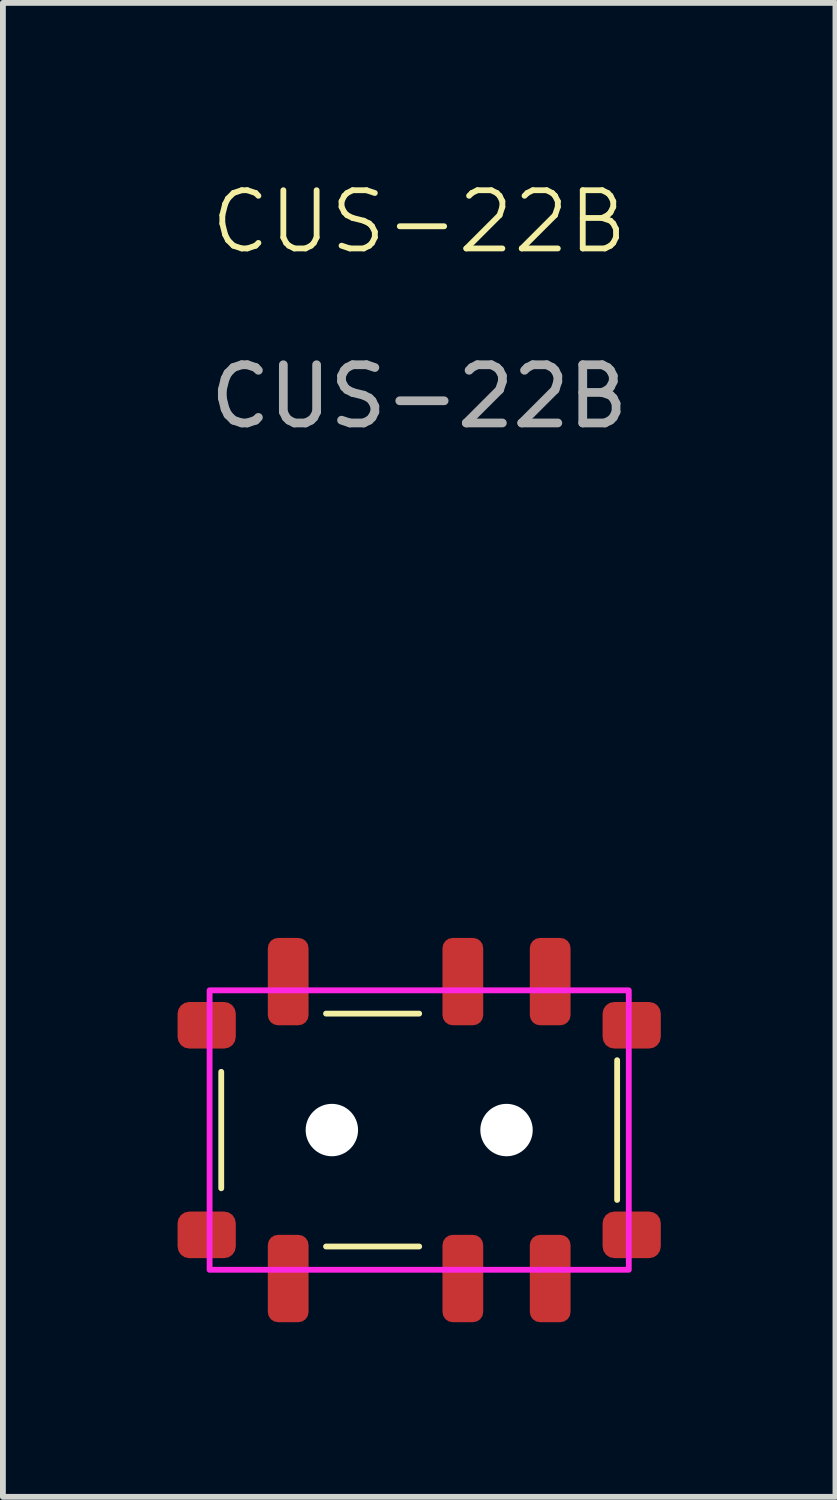
<source format=kicad_pcb>
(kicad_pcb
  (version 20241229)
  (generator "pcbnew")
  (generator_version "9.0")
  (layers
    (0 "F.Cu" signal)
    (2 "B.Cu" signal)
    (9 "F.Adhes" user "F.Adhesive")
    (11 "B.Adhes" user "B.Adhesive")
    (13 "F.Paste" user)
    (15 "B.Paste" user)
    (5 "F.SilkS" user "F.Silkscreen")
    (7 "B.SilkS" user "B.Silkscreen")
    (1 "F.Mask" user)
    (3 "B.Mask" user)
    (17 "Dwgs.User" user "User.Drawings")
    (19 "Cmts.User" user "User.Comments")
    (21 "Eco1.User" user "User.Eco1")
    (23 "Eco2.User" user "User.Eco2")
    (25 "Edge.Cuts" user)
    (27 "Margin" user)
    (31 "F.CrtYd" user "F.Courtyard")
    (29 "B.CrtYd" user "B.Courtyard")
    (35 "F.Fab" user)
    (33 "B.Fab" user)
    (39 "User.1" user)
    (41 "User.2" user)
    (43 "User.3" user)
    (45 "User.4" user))
  (footprint "CUS-22B"
    (layer "F.Cu")
    (at 4.15 16.36)
    (property "Reference" "CUS-22B" (at 0 -15.6 0) (unlocked yes) (layer "F.SilkS") (effects (font (size 1 1) (thickness 0.1))))
    (attr smd)
    (fp_line (start -3.4 1) (end -3.4 -1) (stroke (width 0.1) (type default)) (layer "F.SilkS"))
    (fp_line (start -1.6 -2) (end 0 -2) (stroke (width 0.1) (type default)) (layer "F.SilkS"))
    (fp_line (start 0 2) (end -1.6 2) (stroke (width 0.1) (type default)) (layer "F.SilkS"))
    (fp_line (start 3.4 -1.2) (end 3.4 1.2) (stroke (width 0.1) (type default)) (layer "F.SilkS"))
    (fp_rect (start -3.6 -2.4) (end 3.6 2.4) (stroke (width 0.1) (type default)) (fill no) (layer "F.CrtYd"))
    (fp_line (start -3.85 -1.7) (end -3.85 -2) (stroke (width 0.5) (type solid)) (layer "User.1"))
    (fp_line (start -3.85 2) (end -3.85 1.7) (stroke (width 0.5) (type solid)) (layer "User.1"))
    (fp_line (start -3.75 -1.6) (end -3.35 -1.6) (stroke (width 0.5) (type solid)) (layer "User.1"))
    (fp_line (start -3.4 -1.6) (end -3.4 -2) (stroke (width 0.25) (type solid)) (layer "User.1"))
    (fp_line (start -3.4 2) (end -3.4 1.6) (stroke (width 0.25) (type solid)) (layer "User.1"))
    (fp_line (start -3.35 -1.03) (end -3.15 -1.03) (stroke (width 0.25) (type solid)) (layer "User.1"))
    (fp_line (start -3.35 1.13) (end -2.8 1.13) (stroke (width 0.5) (type solid)) (layer "User.1"))
    (fp_line (start -3.35 1.6) (end -3.75 1.6) (stroke (width 0.5) (type solid)) (layer "User.1"))
    (fp_line (start -3.35 2) (end -3.35 -2) (stroke (width 0.5) (type solid)) (layer "User.1"))
    (fp_line (start -3.171 -1.177) (end -3.35 -1.177) (stroke (width 0.25) (type solid)) (layer "User.1"))
    (fp_line (start -3.171 -1.177) (end -3.169 -1.208) (stroke (width 0.25) (type solid)) (layer "User.1"))
    (fp_line (start -3.171 1.177) (end -3.35 1.177) (stroke (width 0.25) (type solid)) (layer "User.1"))
    (fp_line (start -3.171 1.177) (end -3.171 -1.177) (stroke (width 0.25) (type solid)) (layer "User.1"))
    (fp_line (start -3.169 -1.208) (end -3.163 -1.236) (stroke (width 0.25) (type solid)) (layer "User.1"))
    (fp_line (start -3.168 1.212) (end -3.171 1.177) (stroke (width 0.25) (type solid)) (layer "User.1"))
    (fp_line (start -3.163 -1.236) (end -3.157 -1.259) (stroke (width 0.25) (type solid)) (layer "User.1"))
    (fp_line (start -3.162 1.242) (end -3.168 1.212) (stroke (width 0.25) (type solid)) (layer "User.1"))
    (fp_line (start -3.157 -1.259) (end -3.155 -1.264) (stroke (width 0.25) (type solid)) (layer "User.1"))
    (fp_line (start -3.155 -1.264) (end -3.35 -1.264) (stroke (width 0.25) (type solid)) (layer "User.1"))
    (fp_line (start -3.155 1.264) (end -3.35 1.264) (stroke (width 0.25) (type solid)) (layer "User.1"))
    (fp_line (start -3.155 1.264) (end -3.162 1.242) (stroke (width 0.25) (type solid)) (layer "User.1"))
    (fp_line (start -3.155 1.264) (end -3.151 1.284) (stroke (width 0.25) (type solid)) (layer "User.1"))
    (fp_line (start -3.154 -1.266) (end -3.155 -1.264) (stroke (width 0.25) (type solid)) (layer "User.1"))
    (fp_line (start -3.151 1.284) (end -3.15 1.312) (stroke (width 0.25) (type solid)) (layer "User.1"))
    (fp_line (start -3.151 -1.288) (end -3.154 -1.266) (stroke (width 0.25) (type solid)) (layer "User.1"))
    (fp_line (start -3.15 1.312) (end -3.15 1.344) (stroke (width 0.25) (type solid)) (layer "User.1"))
    (fp_line (start -3.15 -1.317) (end -3.151 -1.288) (stroke (width 0.25) (type solid)) (layer "User.1"))
    (fp_line (start -3.15 -2.05) (end -3.15 -1.13) (stroke (width 0.5) (type solid)) (layer "User.1"))
    (fp_line (start -3.15 -2) (end -3.85 -2) (stroke (width 0.5) (type solid)) (layer "User.1"))
    (fp_line (start -3.15 -1.95) (end -3.35 -1.95) (stroke (width 0.5) (type solid)) (layer "User.1"))
    (fp_line (start -3.15 -1.9) (end -3.35 -1.9) (stroke (width 0.25) (type solid)) (layer "User.1"))
    (fp_line (start -3.15 -1.6) (end -3.35 -1.6) (stroke (width 0.25) (type solid)) (layer "User.1"))
    (fp_line (start -3.15 -1.35) (end -3.35 -1.35) (stroke (width 0.25) (type solid)) (layer "User.1"))
    (fp_line (start -3.15 -1.35) (end -3.15 -1.317) (stroke (width 0.25) (type solid)) (layer "User.1"))
    (fp_line (start -3.15 -1.08) (end -3.35 -1.08) (stroke (width 0.25) (type solid)) (layer "User.1"))
    (fp_line (start -3.15 1.03) (end -3.35 1.03) (stroke (width 0.25) (type solid)) (layer "User.1"))
    (fp_line (start -3.15 1.08) (end -3.35 1.08) (stroke (width 0.25) (type solid)) (layer "User.1"))
    (fp_line (start -3.15 1.13) (end -3.15 -1.13) (stroke (width 0.25) (type solid)) (layer "User.1"))
    (fp_line (start -3.15 1.13) (end -3.15 2.05) (stroke (width 0.5) (type solid)) (layer "User.1"))
    (fp_line (start -3.15 1.344) (end -3.15 1.35) (stroke (width 0.25) (type solid)) (layer "User.1"))
    (fp_line (start -3.15 1.35) (end -3.35 1.35) (stroke (width 0.25) (type solid)) (layer "User.1"))
    (fp_line (start -3.15 1.6) (end -3.35 1.6) (stroke (width 0.25) (type solid)) (layer "User.1"))
    (fp_line (start -3.15 1.9) (end -3.35 1.9) (stroke (width 0.25) (type solid)) (layer "User.1"))
    (fp_line (start -3.15 1.95) (end -3.35 1.95) (stroke (width 0.5) (type solid)) (layer "User.1"))
    (fp_line (start -3.15 2) (end -3.85 2) (stroke (width 0.5) (type solid)) (layer "User.1"))
    (fp_line (start -3.15 2.05) (end 0.1 2.05) (stroke (width 0.5) (type solid)) (layer "User.1"))
    (fp_line (start -3.1 -1.13) (end -3.1 -2.05) (stroke (width 0.25) (type solid)) (layer "User.1"))
    (fp_line (start -3.1 1.13) (end -3.1 -1.13) (stroke (width 0.25) (type solid)) (layer "User.1"))
    (fp_line (start -3.1 2.05) (end -3.1 1.13) (stroke (width 0.25) (type solid)) (layer "User.1"))
    (fp_line (start -2.85 -1.15) (end -3.35 -1.15) (stroke (width 0.5) (type solid)) (layer "User.1"))
    (fp_line (start -2.85 1.15) (end -3.35 1.15) (stroke (width 0.5) (type solid)) (layer "User.1"))
    (fp_line (start -2.8 -1.13) (end -3.35 -1.13) (stroke (width 0.5) (type solid)) (layer "User.1"))
    (fp_line (start -2.75 -1.25) (end -2.75 -2.05) (stroke (width 0.5) (type solid)) (layer "User.1"))
    (fp_line (start -2.75 2.05) (end -2.75 1.25) (stroke (width 0.5) (type solid)) (layer "User.1"))
    (fp_line (start -2.7 -1.9) (end -2.7 -1.23) (stroke (width 0.5) (type solid)) (layer "User.1"))
    (fp_line (start -2.7 1.23) (end -2.7 1.9) (stroke (width 0.5) (type solid)) (layer "User.1"))
    (fp_line (start -2.65 0.87) (end -2.65 1.6) (stroke (width 0.25) (type solid)) (layer "User.1"))
    (fp_line (start -2.65 1.6) (end -1.48 1.6) (stroke (width 0.25) (type solid)) (layer "User.1"))
    (fp_line (start -2.475 -0.625) (end -2.475 0.625) (stroke (width 0.25) (type solid)) (layer "User.1"))
    (fp_line (start -2.475 0.625) (end -2.025 0.625) (stroke (width 0.25) (type solid)) (layer "User.1"))
    (fp_line (start -2.45 -2.95) (end -2.45 -2.05) (stroke (width 0.5) (type solid)) (layer "User.1"))
    (fp_line (start -2.45 2.05) (end -2.45 2.95) (stroke (width 0.5) (type solid)) (layer "User.1"))
    (fp_line (start -2.45 2.95) (end -2.05 2.95) (stroke (width 0.5) (type solid)) (layer "User.1"))
    (fp_line (start -2.05 -2.95) (end -2.45 -2.95) (stroke (width 0.5) (type solid)) (layer "User.1"))
    (fp_line (start -2.05 -2.05) (end -2.05 -2.95) (stroke (width 0.5) (type solid)) (layer "User.1"))
    (fp_line (start -2.05 2.95) (end -2.05 2.05) (stroke (width 0.5) (type solid)) (layer "User.1"))
    (fp_line (start -2.025 -0.625) (end -2.475 -0.625) (stroke (width 0.25) (type solid)) (layer "User.1"))
    (fp_line (start -2.025 0.625) (end -2.025 -0.625) (stroke (width 0.25) (type solid)) (layer "User.1"))
    (fp_line (start -1.92 0) (end -1.08 0) (stroke (width 0.25) (type solid)) (layer "User.1"))
    (fp_line (start -1.5 0.42) (end -1.5 -0.42) (stroke (width 0.25) (type solid)) (layer "User.1"))
    (fp_line (start -1.48 0.97) (end -1.48 2) (stroke (width 0.5) (type solid)) (layer "User.1"))
    (fp_line (start -1.48 1.6) (end -1.2 1.6) (stroke (width 0.5) (type solid)) (layer "User.1"))
    (fp_line (start -1.48 2) (end -2.6 2) (stroke (width 0.5) (type solid)) (layer "User.1"))
    (fp_line (start -1.4 1.75) (end -1.4 2.05) (stroke (width 0.5) (type solid)) (layer "User.1"))
    (fp_line (start -1.38 0.87) (end -2.65 0.87) (stroke (width 0.25) (type solid)) (layer "User.1"))
    (fp_line (start -1.2 0.87) (end -1.2 1.6) (stroke (width 0.5) (type solid)) (layer "User.1"))
    (fp_line (start -1.2 1.6) (end -0.05 1.6) (stroke (width 0.5) (type solid)) (layer "User.1"))
    (fp_line (start -0.975 -0.625) (end -0.975 0.625) (stroke (width 0.25) (type solid)) (layer "User.1"))
    (fp_line (start -0.975 0.225) (end -0.525 0.225) (stroke (width 0.25) (type solid)) (layer "User.1"))
    (fp_line (start -0.975 0.625) (end -0.525 0.625) (stroke (width 0.25) (type solid)) (layer "User.1"))
    (fp_line (start -0.525 -0.625) (end -0.975 -0.625) (stroke (width 0.25) (type solid)) (layer "User.1"))
    (fp_line (start -0.525 -0.225) (end -0.975 -0.225) (stroke (width 0.25) (type solid)) (layer "User.1"))
    (fp_line (start -0.525 -0.225) (end -0.525 -0.625) (stroke (width 0.25) (type solid)) (layer "User.1"))
    (fp_line (start -0.525 0.35) (end 0.525 0.35) (stroke (width 0.25) (type solid)) (layer "User.1"))
    (fp_line (start -0.525 0.625) (end -0.525 0.225) (stroke (width 0.25) (type solid)) (layer "User.1"))
    (fp_line (start -0.05 1.6) (end 2.7 1.6) (stroke (width 0.25) (type solid)) (layer "User.1"))
    (fp_line (start 0.1 0.95) (end 0.1 2.25) (stroke (width 0.5) (type solid)) (layer "User.1"))
    (fp_line (start 0.1 1.75) (end 0.3 1.55) (stroke (width 0.5) (type solid)) (layer "User.1"))
    (fp_line (start 0.1 2.05) (end 1.4 2.05) (stroke (width 0.25) (type solid)) (layer "User.1"))
    (fp_line (start 0.1 2.25) (end 1.4 2.25) (stroke (width 0.5) (type solid)) (layer "User.1"))
    (fp_line (start 0.3 1.15) (end 0.1 0.95) (stroke (width 0.5) (type solid)) (layer "User.1"))
    (fp_line (start 0.3 1.15) (end 0.3 1.55) (stroke (width 0.25) (type solid)) (layer "User.1"))
    (fp_line (start 0.525 -0.625) (end 0.525 -0.225) (stroke (width 0.25) (type solid)) (layer "User.1"))
    (fp_line (start 0.525 -0.35) (end -0.525 -0.35) (stroke (width 0.25) (type solid)) (layer "User.1"))
    (fp_line (start 0.525 0.225) (end 0.525 0.625) (stroke (width 0.25) (type solid)) (layer "User.1"))
    (fp_line (start 0.525 0.225) (end 0.975 0.225) (stroke (width 0.25) (type solid)) (layer "User.1"))
    (fp_line (start 0.525 0.625) (end 0.975 0.625) (stroke (width 0.25) (type solid)) (layer "User.1"))
    (fp_line (start 0.55 -2.95) (end 0.55 -2.05) (stroke (width 0.5) (type solid)) (layer "User.1"))
    (fp_line (start 0.55 2.05) (end 0.55 2.25) (stroke (width 0.25) (type solid)) (layer "User.1"))
    (fp_line (start 0.55 2.25) (end 0.55 2.95) (stroke (width 0.5) (type solid)) (layer "User.1"))
    (fp_line (start 0.55 2.95) (end 0.95 2.95) (stroke (width 0.5) (type solid)) (layer "User.1"))
    (fp_line (start 0.95 -2.95) (end 0.55 -2.95) (stroke (width 0.5) (type solid)) (layer "User.1"))
    (fp_line (start 0.95 -2.05) (end 0.95 -2.95) (stroke (width 0.5) (type solid)) (layer "User.1"))
    (fp_line (start 0.95 2.25) (end 0.95 2.05) (stroke (width 0.25) (type solid)) (layer "User.1"))
    (fp_line (start 0.95 2.95) (end 0.95 2.25) (stroke (width 0.5) (type solid)) (layer "User.1"))
    (fp_line (start 0.975 -0.625) (end 0.525 -0.625) (stroke (width 0.25) (type solid)) (layer "User.1"))
    (fp_line (start 0.975 -0.225) (end 0.525 -0.225) (stroke (width 0.25) (type solid)) (layer "User.1"))
    (fp_line (start 0.975 0.625) (end 0.975 -0.625) (stroke (width 0.25) (type solid)) (layer "User.1"))
    (fp_line (start 1.08 0) (end 1.92 0) (stroke (width 0.25) (type solid)) (layer "User.1"))
    (fp_line (start 1.2 1.15) (end 0.3 1.15) (stroke (width 0.25) (type solid)) (layer "User.1"))
    (fp_line (start 1.2 1.15) (end 1.2 1.55) (stroke (width 0.25) (type solid)) (layer "User.1"))
    (fp_line (start 1.2 1.55) (end 0.3 1.55) (stroke (width 0.25) (type solid)) (layer "User.1"))
    (fp_line (start 1.2 1.55) (end 1.4 1.75) (stroke (width 0.5) (type solid)) (layer "User.1"))
    (fp_line (start 1.38 0.87) (end -1.38 0.87) (stroke (width 0.5) (type solid)) (layer "User.1"))
    (fp_line (start 1.4 0.95) (end 0.1 0.95) (stroke (width 0.5) (type solid)) (layer "User.1"))
    (fp_line (start 1.4 0.95) (end 1.2 1.15) (stroke (width 0.5) (type solid)) (layer "User.1"))
    (fp_line (start 1.4 1.75) (end 0.1 1.75) (stroke (width 0.5) (type solid)) (layer "User.1"))
    (fp_line (start 1.4 2.05) (end 1.4 1.75) (stroke (width 0.5) (type solid)) (layer "User.1"))
    (fp_line (start 1.4 2.25) (end 1.4 0.95) (stroke (width 0.5) (type solid)) (layer "User.1"))
    (fp_line (start 1.48 2) (end 1.48 0.97) (stroke (width 0.5) (type solid)) (layer "User.1"))
    (fp_line (start 1.5 0.42) (end 1.5 -0.42) (stroke (width 0.25) (type solid)) (layer "User.1"))
    (fp_line (start 1.55 1.6) (end 2.65 1.6) (stroke (width 0.25) (type solid)) (layer "User.1"))
    (fp_line (start 2.025 -0.625) (end 2.025 0.625) (stroke (width 0.25) (type solid)) (layer "User.1"))
    (fp_line (start 2.025 0.625) (end 2.475 0.625) (stroke (width 0.25) (type solid)) (layer "User.1"))
    (fp_line (start 2.05 -2.95) (end 2.05 -2.05) (stroke (width 0.5) (type solid)) (layer "User.1"))
    (fp_line (start 2.05 2.05) (end 2.05 2.95) (stroke (width 0.5) (type solid)) (layer "User.1"))
    (fp_line (start 2.05 2.95) (end 2.45 2.95) (stroke (width 0.5) (type solid)) (layer "User.1"))
    (fp_line (start 2.45 -2.95) (end 2.05 -2.95) (stroke (width 0.5) (type solid)) (layer "User.1"))
    (fp_line (start 2.45 -2.05) (end 2.45 -2.95) (stroke (width 0.5) (type solid)) (layer "User.1"))
    (fp_line (start 2.45 2.95) (end 2.45 2.05) (stroke (width 0.5) (type solid)) (layer "User.1"))
    (fp_line (start 2.475 -0.625) (end 2.025 -0.625) (stroke (width 0.25) (type solid)) (layer "User.1"))
    (fp_line (start 2.475 0.625) (end 2.475 -0.625) (stroke (width 0.25) (type solid)) (layer "User.1"))
    (fp_line (start 2.6 -2) (end -2.6 -2) (stroke (width 0.5) (type solid)) (layer "User.1"))
    (fp_line (start 2.6 2) (end 1.48 2) (stroke (width 0.5) (type solid)) (layer "User.1"))
    (fp_line (start 2.65 0.87) (end 1.38 0.87) (stroke (width 0.25) (type solid)) (layer "User.1"))
    (fp_line (start 2.65 1.6) (end 2.65 0.87) (stroke (width 0.25) (type solid)) (layer "User.1"))
    (fp_line (start 2.7 -1.23) (end 2.7 -1.9) (stroke (width 0.5) (type solid)) (layer "User.1"))
    (fp_line (start 2.7 0.87) (end 1.38 0.87) (stroke (width 0.25) (type solid)) (layer "User.1"))
    (fp_line (start 2.7 1.23) (end 2.7 0.87) (stroke (width 0.25) (type solid)) (layer "User.1"))
    (fp_line (start 2.7 1.9) (end 2.7 1.23) (stroke (width 0.5) (type solid)) (layer "User.1"))
    (fp_line (start 2.75 -2.05) (end 2.75 -1.25) (stroke (width 0.5) (type solid)) (layer "User.1"))
    (fp_line (start 2.75 1.25) (end 2.75 2.05) (stroke (width 0.5) (type solid)) (layer "User.1"))
    (fp_line (start 2.8 1.13) (end 3.35 1.13) (stroke (width 0.5) (type solid)) (layer "User.1"))
    (fp_line (start 3.1 -1.13) (end 3.1 -2.05) (stroke (width 0.25) (type solid)) (layer "User.1"))
    (fp_line (start 3.1 1.13) (end 3.1 -1.13) (stroke (width 0.25) (type solid)) (layer "User.1"))
    (fp_line (start 3.1 2.05) (end 3.1 1.13) (stroke (width 0.25) (type solid)) (layer "User.1"))
    (fp_line (start 3.15 -2.05) (end -3.15 -2.05) (stroke (width 0.5) (type solid)) (layer "User.1"))
    (fp_line (start 3.15 -2) (end 3.85 -2) (stroke (width 0.5) (type solid)) (layer "User.1"))
    (fp_line (start 3.15 -1.344) (end 3.15 -1.35) (stroke (width 0.25) (type solid)) (layer "User.1"))
    (fp_line (start 3.15 -1.13) (end 3.15 -2.05) (stroke (width 0.5) (type solid)) (layer "User.1"))
    (fp_line (start 3.15 -1.03) (end 3.35 -1.03) (stroke (width 0.25) (type solid)) (layer "User.1"))
    (fp_line (start 3.15 1.13) (end 3.15 -1.13) (stroke (width 0.25) (type solid)) (layer "User.1"))
    (fp_line (start 3.15 1.35) (end 3.15 1.317) (stroke (width 0.25) (type solid)) (layer "User.1"))
    (fp_line (start 3.15 2.05) (end 1.4 2.05) (stroke (width 0.5) (type solid)) (layer "User.1"))
    (fp_line (start 3.15 2.05) (end 3.15 1.13) (stroke (width 0.5) (type solid)) (layer "User.1"))
    (fp_line (start 3.15 1.317) (end 3.151 1.288) (stroke (width 0.25) (type solid)) (layer "User.1"))
    (fp_line (start 3.15 -1.312) (end 3.15 -1.344) (stroke (width 0.25) (type solid)) (layer "User.1"))
    (fp_line (start 3.151 1.288) (end 3.154 1.266) (stroke (width 0.25) (type solid)) (layer "User.1"))
    (fp_line (start 3.151 -1.284) (end 3.15 -1.312) (stroke (width 0.25) (type solid)) (layer "User.1"))
    (fp_line (start 3.154 1.266) (end 3.155 1.264) (stroke (width 0.25) (type solid)) (layer "User.1"))
    (fp_line (start 3.155 -1.264) (end 3.151 -1.284) (stroke (width 0.25) (type solid)) (layer "User.1"))
    (fp_line (start 3.155 -1.264) (end 3.162 -1.242) (stroke (width 0.25) (type solid)) (layer "User.1"))
    (fp_line (start 3.157 1.259) (end 3.155 1.264) (stroke (width 0.25) (type solid)) (layer "User.1"))
    (fp_line (start 3.162 -1.242) (end 3.168 -1.212) (stroke (width 0.25) (type solid)) (layer "User.1"))
    (fp_line (start 3.163 1.236) (end 3.157 1.259) (stroke (width 0.25) (type solid)) (layer "User.1"))
    (fp_line (start 3.168 -1.212) (end 3.171 -1.177) (stroke (width 0.25) (type solid)) (layer "User.1"))
    (fp_line (start 3.169 1.208) (end 3.163 1.236) (stroke (width 0.25) (type solid)) (layer "User.1"))
    (fp_line (start 3.171 -1.177) (end 3.171 1.177) (stroke (width 0.25) (type solid)) (layer "User.1"))
    (fp_line (start 3.171 1.177) (end 3.169 1.208) (stroke (width 0.25) (type solid)) (layer "User.1"))
    (fp_line (start 3.35 -2) (end 3.35 2) (stroke (width 0.5) (type solid)) (layer "User.1"))
    (fp_line (start 3.35 -1.95) (end 3.15 -1.95) (stroke (width 0.5) (type solid)) (layer "User.1"))
    (fp_line (start 3.35 -1.9) (end 3.15 -1.9) (stroke (width 0.25) (type solid)) (layer "User.1"))
    (fp_line (start 3.35 -1.6) (end 3.15 -1.6) (stroke (width 0.25) (type solid)) (layer "User.1"))
    (fp_line (start 3.35 -1.6) (end 3.75 -1.6) (stroke (width 0.5) (type solid)) (layer "User.1"))
    (fp_line (start 3.35 -1.35) (end 3.15 -1.35) (stroke (width 0.25) (type solid)) (layer "User.1"))
    (fp_line (start 3.35 -1.264) (end 3.155 -1.264) (stroke (width 0.25) (type solid)) (layer "User.1"))
    (fp_line (start 3.35 -1.177) (end 3.171 -1.177) (stroke (width 0.25) (type solid)) (layer "User.1"))
    (fp_line (start 3.35 -1.15) (end 2.85 -1.15) (stroke (width 0.5) (type solid)) (layer "User.1"))
    (fp_line (start 3.35 -1.13) (end 2.8 -1.13) (stroke (width 0.5) (type solid)) (layer "User.1"))
    (fp_line (start 3.35 -1.08) (end 3.15 -1.08) (stroke (width 0.25) (type solid)) (layer "User.1"))
    (fp_line (start 3.35 1.03) (end 3.15 1.03) (stroke (width 0.25) (type solid)) (layer "User.1"))
    (fp_line (start 3.35 1.08) (end 3.15 1.08) (stroke (width 0.25) (type solid)) (layer "User.1"))
    (fp_line (start 3.35 1.15) (end 2.85 1.15) (stroke (width 0.5) (type solid)) (layer "User.1"))
    (fp_line (start 3.35 1.177) (end 3.171 1.177) (stroke (width 0.25) (type solid)) (layer "User.1"))
    (fp_line (start 3.35 1.264) (end 3.155 1.264) (stroke (width 0.25) (type solid)) (layer "User.1"))
    (fp_line (start 3.35 1.35) (end 3.15 1.35) (stroke (width 0.25) (type solid)) (layer "User.1"))
    (fp_line (start 3.35 1.6) (end 3.15 1.6) (stroke (width 0.25) (type solid)) (layer "User.1"))
    (fp_line (start 3.35 1.9) (end 3.15 1.9) (stroke (width 0.25) (type solid)) (layer "User.1"))
    (fp_line (start 3.35 1.95) (end 3.15 1.95) (stroke (width 0.5) (type solid)) (layer "User.1"))
    (fp_line (start 3.4 -1.6) (end 3.4 -2) (stroke (width 0.25) (type solid)) (layer "User.1"))
    (fp_line (start 3.4 2) (end 3.4 1.6) (stroke (width 0.25) (type solid)) (layer "User.1"))
    (fp_line (start 3.75 1.6) (end 3.35 1.6) (stroke (width 0.5) (type solid)) (layer "User.1"))
    (fp_line (start 3.85 -1.7) (end 3.85 -2) (stroke (width 0.5) (type solid)) (layer "User.1"))
    (fp_line (start 3.85 2) (end 3.15 2) (stroke (width 0.5) (type solid)) (layer "User.1"))
    (fp_line (start 3.85 2) (end 3.85 1.7) (stroke (width 0.5) (type solid)) (layer "User.1"))
    (fp_arc (start -3.85 1.7) (mid -3.820711 1.629289) (end -3.75 1.6) (stroke (width 0.5) (type solid)) (layer "User.1"))
    (fp_arc (start -3.75 -1.6) (mid -3.820711 -1.629289) (end -3.85 -1.7) (stroke (width 0.5) (type solid)) (layer "User.1"))
    (fp_arc (start -2.85 1.15) (mid -2.779289 1.179289) (end -2.75 1.25) (stroke (width 0.5) (type solid)) (layer "User.1"))
    (fp_arc (start -2.8 1.13) (mid -2.729289 1.159289) (end -2.7 1.23) (stroke (width 0.5) (type solid)) (layer "User.1"))
    (fp_arc (start -2.75 -1.25) (mid -2.779289 -1.179289) (end -2.85 -1.15) (stroke (width 0.5) (type solid)) (layer "User.1"))
    (fp_arc (start -2.7 -1.9) (mid -2.670711 -1.970711) (end -2.6 -2) (stroke (width 0.5) (type solid)) (layer "User.1"))
    (fp_arc (start -2.7 -1.23) (mid -2.729289 -1.159289) (end -2.8 -1.13) (stroke (width 0.5) (type solid)) (layer "User.1"))
    (fp_arc (start -2.6 2) (mid -2.670711 1.970711) (end -2.7 1.9) (stroke (width 0.5) (type solid)) (layer "User.1"))
    (fp_arc (start -1.55 1.6) (mid -1.513943 1.604398) (end -1.48 1.617335) (stroke (width 0.25) (type solid)) (layer "User.1"))
    (fp_arc (start -1.48 0.97) (mid -1.450711 0.899289) (end -1.38 0.87) (stroke (width 0.5) (type solid)) (layer "User.1"))
    (fp_arc (start -1.48 1.617335) (mid -1.421548 1.67254) (end -1.4 1.75) (stroke (width 0.5) (type solid)) (layer "User.1"))
    (fp_arc (start -0.05 1.6) (mid 0.056066 1.643934) (end 0.1 1.75) (stroke (width 0.5) (type solid)) (layer "User.1"))
    (fp_arc (start 1.38 0.87) (mid 1.450711 0.899289) (end 1.48 0.97) (stroke (width 0.5) (type solid)) (layer "User.1"))
    (fp_arc (start 1.4 1.75) (mid 1.421548 1.67254) (end 1.48 1.617335) (stroke (width 0.5) (type solid)) (layer "User.1"))
    (fp_arc (start 1.4 1.75) (mid 1.421548 1.67254) (end 1.48 1.617335) (stroke (width 0.5) (type solid)) (layer "User.1"))
    (fp_arc (start 1.48 1.617335) (mid 1.513943 1.604398) (end 1.55 1.6) (stroke (width 0.25) (type solid)) (layer "User.1"))
    (fp_arc (start 1.48 1.617335) (mid 1.513943 1.604398) (end 1.55 1.6) (stroke (width 0.25) (type solid)) (layer "User.1"))
    (fp_arc (start 2.6 -2) (mid 2.670711 -1.970711) (end 2.7 -1.9) (stroke (width 0.5) (type solid)) (layer "User.1"))
    (fp_arc (start 2.7 1.23) (mid 2.729289 1.159289) (end 2.8 1.13) (stroke (width 0.5) (type solid)) (layer "User.1"))
    (fp_arc (start 2.7 1.9) (mid 2.670711 1.970711) (end 2.6 2) (stroke (width 0.5) (type solid)) (layer "User.1"))
    (fp_arc (start 2.75 1.25) (mid 2.779289 1.179289) (end 2.85 1.15) (stroke (width 0.5) (type solid)) (layer "User.1"))
    (fp_arc (start 2.8 -1.13) (mid 2.729289 -1.159289) (end 2.7 -1.23) (stroke (width 0.5) (type solid)) (layer "User.1"))
    (fp_arc (start 2.85 -1.15) (mid 2.779289 -1.179289) (end 2.75 -1.25) (stroke (width 0.5) (type solid)) (layer "User.1"))
    (fp_arc (start 3.75 1.6) (mid 3.820711 1.629289) (end 3.85 1.7) (stroke (width 0.5) (type solid)) (layer "User.1"))
    (fp_arc (start 3.85 -1.7) (mid 3.820711 -1.629289) (end 3.75 -1.6) (stroke (width 0.5) (type solid)) (layer "User.1"))
    (fp_circle (center -1.5 0) (end -1.2 0) (stroke (width 0.25) (type solid)) (fill no) (layer "User.1"))
    (fp_circle (center -1.5 0) (end -1.1 0) (stroke (width 0.25) (type solid)) (fill no) (layer "User.1"))
    (fp_circle (center 0 0) (end 0.01 0) (stroke (width 0.0001) (type solid)) (fill no) (layer "User.1"))
    (fp_circle (center 0.75 0.8) (end 0.76 0.8) (stroke (width 0.0001) (type solid)) (fill no) (layer "User.1"))
    (fp_circle (center 1.5 0) (end 1.8 0) (stroke (width 0.25) (type solid)) (fill no) (layer "User.1"))
    (fp_circle (center 1.5 0) (end 1.9 0) (stroke (width 0.25) (type solid)) (fill no) (layer "User.1"))
    (fp_text user "${REFERENCE}" (at 0 -12.6 0) (unlocked yes) (layer "F.Fab") (effects (font (size 1 1) (thickness 0.15))))
    (pad "" np_thru_hole circle (at -1.5 0) (size 0.9 0.9) (drill 0.9) (layers "*.Cu"))
    (pad "" np_thru_hole circle (at 1.5 0) (size 0.9 0.9) (drill 0.9) (layers "*.Cu"))
    (pad "1" smd roundrect (at -2.25 -2.55) (size 0.7 1.5) (layers "F.Cu" "F.Mask" "F.Paste") (roundrect_rratio 0.25))
    (pad "2" smd roundrect (at 0.75 -2.55) (size 0.7 1.5) (layers "F.Cu" "F.Mask" "F.Paste") (roundrect_rratio 0.25))
    (pad "3" smd roundrect (at 2.25 -2.55) (size 0.7 1.5) (layers "F.Cu" "F.Mask" "F.Paste") (roundrect_rratio 0.25))
    (pad "4" smd roundrect (at -2.25 2.55) (size 0.7 1.5) (layers "F.Cu" "F.Mask" "F.Paste") (roundrect_rratio 0.25))
    (pad "5" smd roundrect (at 0.75 2.55) (size 0.7 1.5) (layers "F.Cu" "F.Mask" "F.Paste") (roundrect_rratio 0.25))
    (pad "6" smd roundrect (at 2.25 2.55) (size 0.7 1.5) (layers "F.Cu" "F.Mask" "F.Paste") (roundrect_rratio 0.25))
    (pad "7" smd roundrect (at -3.65 -1.8) (size 1 0.8) (layers "F.Cu" "F.Mask" "F.Paste") (roundrect_rratio 0.25))
    (pad "8" smd roundrect (at -3.65 1.8) (size 1 0.8) (layers "F.Cu" "F.Mask" "F.Paste") (roundrect_rratio 0.25))
    (pad "9" smd roundrect (at 3.65 -1.8) (size 1 0.8) (layers "F.Cu" "F.Mask" "F.Paste") (roundrect_rratio 0.25))
    (pad "10" smd roundrect (at 3.65 1.8) (size 1 0.8) (layers "F.Cu" "F.Mask" "F.Paste") (roundrect_rratio 0.25)))
  (gr_rect
    (start -3 -3)
    (end 11.3 22.66)
    (stroke (width 0.1) (type default))
    (fill no)
    (layer "Edge.Cuts")))
</source>
